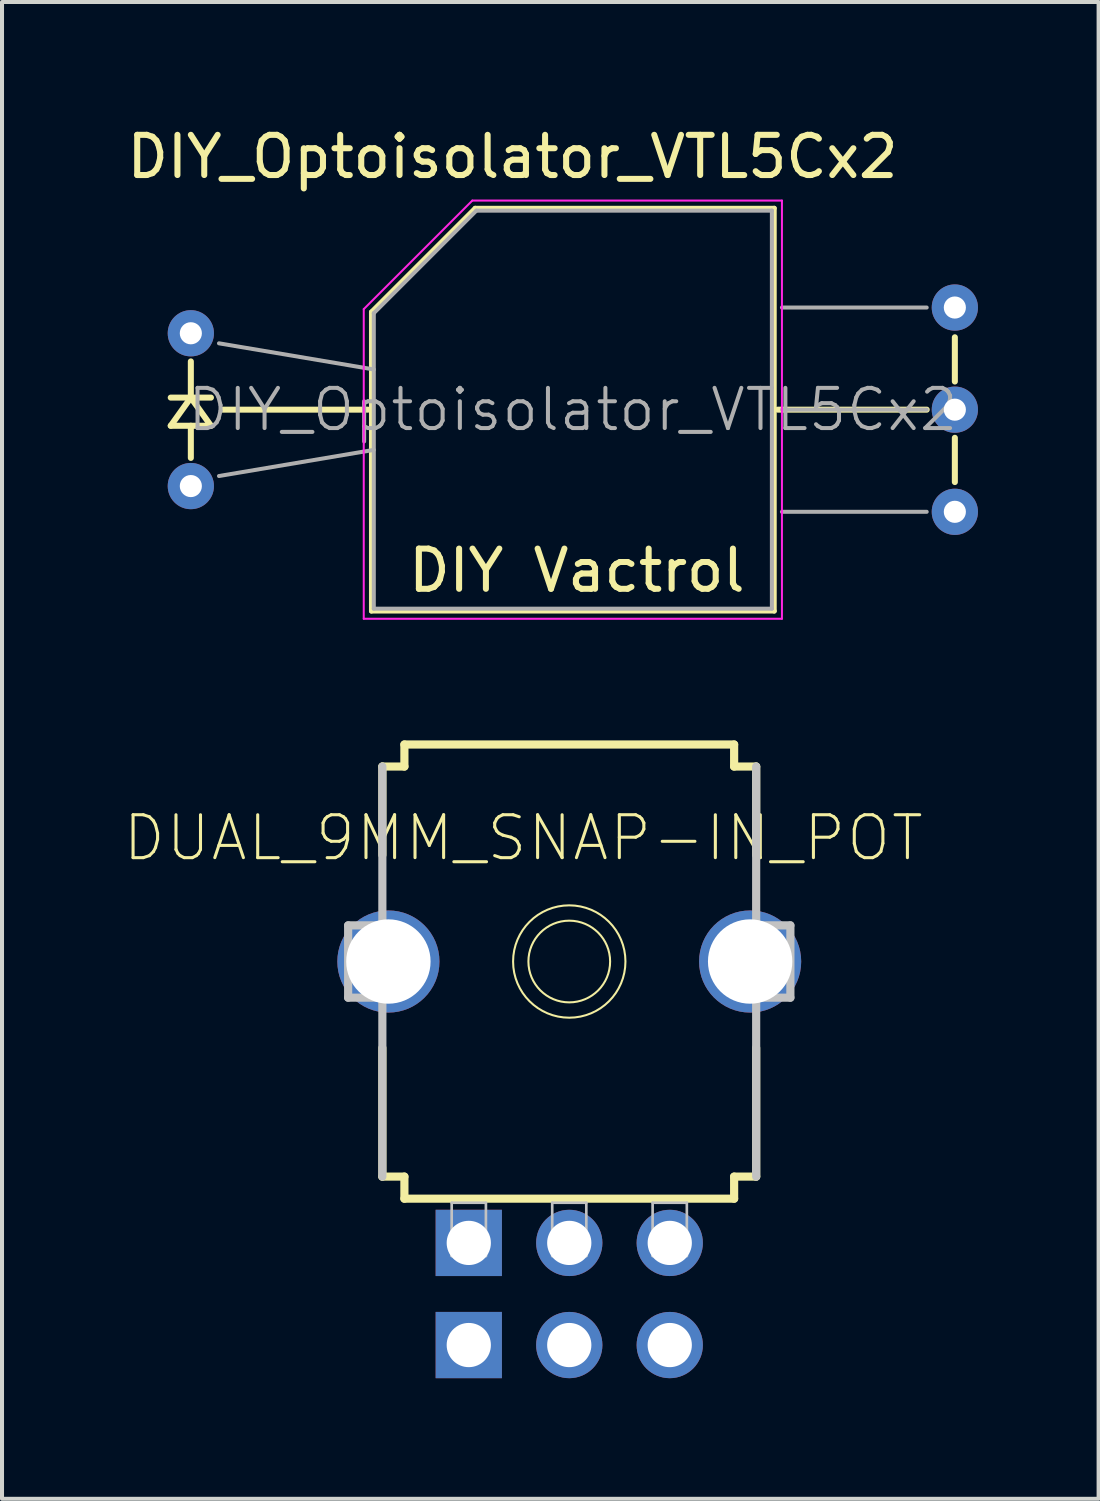
<source format=kicad_pcb>
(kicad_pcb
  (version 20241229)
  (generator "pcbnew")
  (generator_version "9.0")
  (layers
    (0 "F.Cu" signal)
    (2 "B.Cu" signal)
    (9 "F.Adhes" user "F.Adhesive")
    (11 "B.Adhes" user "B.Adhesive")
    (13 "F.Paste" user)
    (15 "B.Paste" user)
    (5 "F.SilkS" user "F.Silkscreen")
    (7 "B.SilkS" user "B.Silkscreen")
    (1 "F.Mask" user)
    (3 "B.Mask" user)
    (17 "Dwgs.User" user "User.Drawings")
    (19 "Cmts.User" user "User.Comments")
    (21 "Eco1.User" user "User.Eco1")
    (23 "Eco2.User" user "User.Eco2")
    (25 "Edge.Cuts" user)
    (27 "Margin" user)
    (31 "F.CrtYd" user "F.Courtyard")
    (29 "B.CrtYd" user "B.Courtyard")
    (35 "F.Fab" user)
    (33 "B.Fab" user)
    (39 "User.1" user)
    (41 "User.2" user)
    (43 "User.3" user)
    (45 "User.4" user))
  (footprint "DIY_Optoisolator_VTL5Cx2"
    (layer "F.Cu")
    (at 3.696 5.238)
    (property "Reference" "DIY_Optoisolator_VTL5Cx2" (at 6 -4.39 0) (layer "F.SilkS") (effects (font (size 1 1) (thickness 0.15))))
    (attr through_hole)
    (fp_line (start -2.5 2.3) (end -2 1.6) (stroke (width 0.15) (type solid)) (layer "F.SilkS"))
    (fp_line (start -2 1.6) (end -2 0.7) (stroke (width 0.15) (type solid)) (layer "F.SilkS"))
    (fp_line (start -2 1.6) (end -1.5 2.3) (stroke (width 0.15) (type solid)) (layer "F.SilkS"))
    (fp_line (start -2 2.3) (end -2 3.1) (stroke (width 0.15) (type solid)) (layer "F.SilkS"))
    (fp_line (start -1.5 1.6) (end -2.5 1.6) (stroke (width 0.15) (type solid)) (layer "F.SilkS"))
    (fp_line (start -1.5 2.3) (end -2.5 2.3) (stroke (width 0.15) (type solid)) (layer "F.SilkS"))
    (fp_line (start 2.4 1.9) (end -1.2 1.9) (stroke (width 0.15) (type solid)) (layer "F.SilkS"))
    (fp_line (start 2.49 -0.53) (end 2.49 6.91) (stroke (width 0.12) (type solid)) (layer "F.SilkS"))
    (fp_line (start 2.49 6.91) (end 12.51 6.91) (stroke (width 0.12) (type solid)) (layer "F.SilkS"))
    (fp_line (start 5.07 -3.11) (end 2.49 -0.53) (stroke (width 0.12) (type solid)) (layer "F.SilkS"))
    (fp_line (start 12.51 -3.11) (end 5.07 -3.11) (stroke (width 0.12) (type solid)) (layer "F.SilkS"))
    (fp_line (start 12.51 6.91) (end 12.51 -3.11) (stroke (width 0.12) (type solid)) (layer "F.SilkS"))
    (fp_line (start 12.6 1.9) (end 16.3 1.9) (stroke (width 0.15) (type solid)) (layer "F.SilkS"))
    (fp_line (start 17 1.2) (end 17 0.1) (stroke (width 0.15) (type solid)) (layer "F.SilkS"))
    (fp_line (start 17 2.6) (end 17 3.7) (stroke (width 0.15) (type solid)) (layer "F.SilkS"))
    (fp_line (start 2.3 -0.6) (end 5 -3.3) (stroke (width 0.05) (type solid)) (layer "F.CrtYd"))
    (fp_line (start 2.3 7.1) (end 2.3 -0.6) (stroke (width 0.05) (type solid)) (layer "F.CrtYd"))
    (fp_line (start 5 -3.3) (end 12.7 -3.3) (stroke (width 0.05) (type solid)) (layer "F.CrtYd"))
    (fp_line (start 12.7 -3.3) (end 12.7 7.1) (stroke (width 0.05) (type solid)) (layer "F.CrtYd"))
    (fp_line (start 12.7 7.1) (end 2.3 7.1) (stroke (width 0.05) (type solid)) (layer "F.CrtYd"))
    (fp_line (start -1.3 0.25) (end 2.55 0.9) (stroke (width 0.1) (type solid)) (layer "F.Fab"))
    (fp_line (start -1.3 3.55) (end 2.55 2.9) (stroke (width 0.1) (type solid)) (layer "F.Fab"))
    (fp_line (start 2.55 6.85) (end 2.55 -0.5) (stroke (width 0.1) (type solid)) (layer "F.Fab"))
    (fp_line (start 5.1 -3.05) (end 2.55 -0.5) (stroke (width 0.1) (type solid)) (layer "F.Fab"))
    (fp_line (start 5.1 -3.05) (end 12.45 -3.05) (stroke (width 0.1) (type solid)) (layer "F.Fab"))
    (fp_line (start 12.45 -3.05) (end 12.45 6.85) (stroke (width 0.1) (type solid)) (layer "F.Fab"))
    (fp_line (start 12.45 6.85) (end 2.55 6.85) (stroke (width 0.1) (type solid)) (layer "F.Fab"))
    (fp_line (start 16.3 -0.64) (end 12.7 -0.64) (stroke (width 0.1) (type solid)) (layer "F.Fab"))
    (fp_line (start 16.3 1.9) (end 12.7 1.9) (stroke (width 0.1) (type solid)) (layer "F.Fab"))
    (fp_line (start 16.3 4.44) (end 12.7 4.44) (stroke (width 0.1) (type solid)) (layer "F.Fab"))
    (fp_text user "DIY Vactrol" (at 7.6 5.9 0) (layer "F.SilkS") (effects (font (size 1 1) (thickness 0.15))))
    (fp_text user "${REFERENCE}" (at 7.5 1.9 0) (layer "F.Fab") (effects (font (size 1 1) (thickness 0.1))))
    (pad "1" thru_hole circle (at -2 0) (size 1.15 1.15) (drill 0.55) (layers "*.Cu" "*.Mask"))
    (pad "2" thru_hole circle (at -2 3.8) (size 1.15 1.15) (drill 0.55) (layers "*.Cu" "*.Mask"))
    (pad "3" thru_hole circle (at 17 -0.64) (size 1.15 1.15) (drill 0.55) (layers "*.Cu" "*.Mask"))
    (pad "4" thru_hole circle (at 17 1.9) (size 1.15 1.15) (drill 0.55) (layers "*.Cu" "*.Mask"))
    (pad "5" thru_hole circle (at 17 4.44) (size 1.15 1.15) (drill 0.55) (layers "*.Cu" "*.Mask")))
  (footprint "DUAL_9MM_SNAP-IN_POT"
    (layer "F.Cu")
    (at 11.107 20.862)
    (property "Reference" "DUAL_9MM_SNAP-IN_POT" (at -1.143 -3.073 0) (layer "F.SilkS") (effects (font (size 1.067 1.067) (thickness 0.076))))
    (attr exclude_from_pos_files exclude_from_bom)
    (fp_line (start -4.648 -2.649) (end -4.648 -4.849) (stroke (width 0.203) (type solid)) (layer "F.SilkS"))
    (fp_line (start -4.648 5.349) (end -4.648 2.149) (stroke (width 0.203) (type solid)) (layer "F.SilkS"))
    (fp_line (start -4.648 5.349) (end -4.1 5.349) (stroke (width 0.203) (type solid)) (layer "F.SilkS"))
    (fp_line (start -4.1 -5.397) (end -4.1 -4.849) (stroke (width 0.203) (type solid)) (layer "F.SilkS"))
    (fp_line (start -4.1 -5.397) (end 4.1 -5.397) (stroke (width 0.203) (type solid)) (layer "F.SilkS"))
    (fp_line (start -4.1 -4.849) (end -4.648 -4.849) (stroke (width 0.203) (type solid)) (layer "F.SilkS"))
    (fp_line (start -4.1 5.349) (end -4.1 5.898) (stroke (width 0.203) (type solid)) (layer "F.SilkS"))
    (fp_line (start 4.1 -4.849) (end 4.1 -5.397) (stroke (width 0.203) (type solid)) (layer "F.SilkS"))
    (fp_line (start 4.1 5.349) (end 4.648 5.349) (stroke (width 0.203) (type solid)) (layer "F.SilkS"))
    (fp_line (start 4.1 5.898) (end -4.1 5.898) (stroke (width 0.203) (type solid)) (layer "F.SilkS"))
    (fp_line (start 4.1 5.898) (end 4.1 5.349) (stroke (width 0.203) (type solid)) (layer "F.SilkS"))
    (fp_line (start 4.648 -4.849) (end 4.1 -4.849) (stroke (width 0.203) (type solid)) (layer "F.SilkS"))
    (fp_line (start 4.648 -4.849) (end 4.648 -2.649) (stroke (width 0.203) (type solid)) (layer "F.SilkS"))
    (fp_line (start 4.648 2.149) (end 4.648 5.349) (stroke (width 0.203) (type solid)) (layer "F.SilkS"))
    (fp_circle (center 0 0) (end 0 -1.397) (stroke (width 0.051) (type solid)) (fill no) (layer "F.SilkS"))
    (fp_circle (center 0 0) (end 0 -1.016) (stroke (width 0.051) (type solid)) (fill no) (layer "F.SilkS"))
    (fp_line (start -5.499 -0.899) (end -5.499 0.899) (stroke (width 0.203) (type solid)) (layer "Dwgs.User"))
    (fp_line (start -5.499 0.899) (end -4.75 0.899) (stroke (width 0.203) (type solid)) (layer "Dwgs.User"))
    (fp_line (start -4.75 -0.899) (end -5.499 -0.899) (stroke (width 0.203) (type solid)) (layer "Dwgs.User"))
    (fp_line (start -4.648 5.349) (end -4.648 -4.849) (stroke (width 0.203) (type solid)) (layer "Dwgs.User"))
    (fp_line (start -2.924 5.999) (end -2.073 5.999) (stroke (width 0.066) (type solid)) (layer "Dwgs.User"))
    (fp_line (start -2.924 7.323) (end -2.924 5.999) (stroke (width 0.066) (type solid)) (layer "Dwgs.User"))
    (fp_line (start -2.924 7.323) (end -2.073 7.323) (stroke (width 0.066) (type solid)) (layer "Dwgs.User"))
    (fp_line (start -2.073 7.323) (end -2.073 5.999) (stroke (width 0.066) (type solid)) (layer "Dwgs.User"))
    (fp_line (start -0.424 5.999) (end 0.424 5.999) (stroke (width 0.066) (type solid)) (layer "Dwgs.User"))
    (fp_line (start -0.424 7.323) (end -0.424 5.999) (stroke (width 0.066) (type solid)) (layer "Dwgs.User"))
    (fp_line (start -0.424 7.323) (end 0.424 7.323) (stroke (width 0.066) (type solid)) (layer "Dwgs.User"))
    (fp_line (start 0.424 7.323) (end 0.424 5.999) (stroke (width 0.066) (type solid)) (layer "Dwgs.User"))
    (fp_line (start 2.073 5.999) (end 2.924 5.999) (stroke (width 0.066) (type solid)) (layer "Dwgs.User"))
    (fp_line (start 2.073 7.323) (end 2.073 5.999) (stroke (width 0.066) (type solid)) (layer "Dwgs.User"))
    (fp_line (start 2.073 7.323) (end 2.924 7.323) (stroke (width 0.066) (type solid)) (layer "Dwgs.User"))
    (fp_line (start 2.924 7.323) (end 2.924 5.999) (stroke (width 0.066) (type solid)) (layer "Dwgs.User"))
    (fp_line (start 4.648 -4.849) (end 4.648 5.349) (stroke (width 0.203) (type solid)) (layer "Dwgs.User"))
    (fp_line (start 4.75 0.899) (end 5.499 0.899) (stroke (width 0.203) (type solid)) (layer "Dwgs.User"))
    (fp_line (start 5.499 -0.899) (end 4.75 -0.899) (stroke (width 0.203) (type solid)) (layer "Dwgs.User"))
    (fp_line (start 5.499 0.899) (end 5.499 -0.899) (stroke (width 0.203) (type solid)) (layer "Dwgs.User"))
    (pad "1" thru_hole rect (at -2.499 6.998) (size 1.648 1.648) (drill 1.1) (layers "*.Cu" "*.Paste" "*.Mask"))
    (pad "2" thru_hole circle (at 0 6.998) (size 1.648 1.648) (drill 1.1) (layers "*.Cu" "*.Paste" "*.Mask"))
    (pad "3" thru_hole circle (at 2.499 6.998) (size 1.648 1.648) (drill 1.1) (layers "*.Cu" "*.Paste" "*.Mask"))
    (pad "4" thru_hole rect (at -2.499 9.538) (size 1.648 1.648) (drill 1.1) (layers "*.Cu" "*.Paste" "*.Mask"))
    (pad "5" thru_hole circle (at 0 9.538) (size 1.648 1.648) (drill 1.1) (layers "*.Cu" "*.Paste" "*.Mask"))
    (pad "6" thru_hole circle (at 2.499 9.538) (size 1.648 1.648) (drill 1.1) (layers "*.Cu" "*.Paste" "*.Mask"))
    (pad "CHASSIS1" thru_hole circle (at -4.498 0) (size 2.54 2.54) (drill 2.098) (layers "*.Cu" "*.Paste" "*.Mask"))
    (pad "CHASSIS2" thru_hole circle (at 4.498 0) (size 2.54 2.54) (drill 2.098) (layers "*.Cu" "*.Paste" "*.Mask")))
  (gr_rect
    (start -3 -3)
    (end 24.271 34.224)
    (stroke (width 0.1) (type default))
    (fill no)
    (layer "Edge.Cuts")))
</source>
